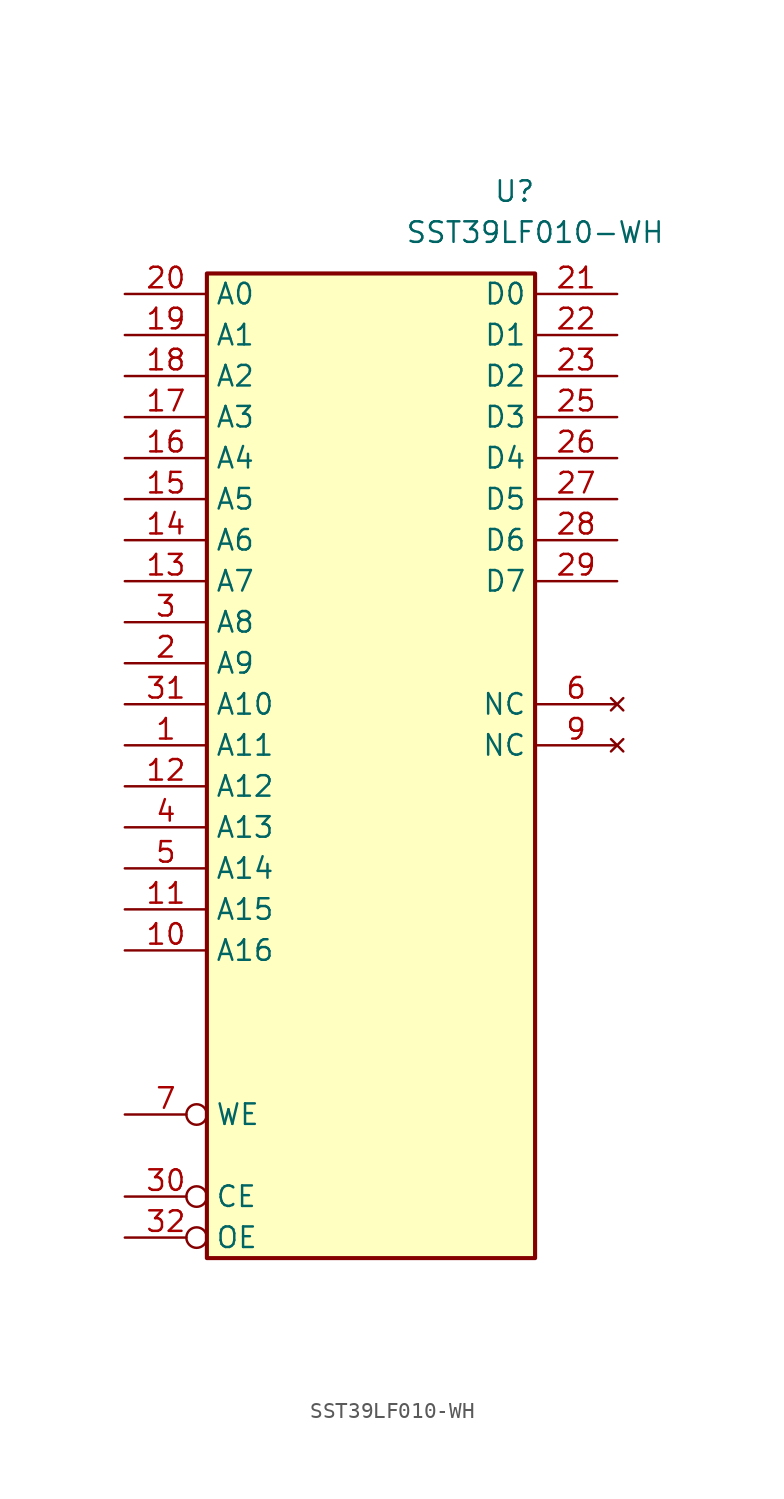
<source format=kicad_sym>
(kicad_symbol_lib
  (version 20211014)
  (generator kicad_symbol_editor)
  (symbol "SST39LF010-WH"
    (property "Reference" "U"
      (at 8.89 31.75 0)
      (effects (font (size 1.27 1.27))))
    (property "Value" "SST39LF010-WH"
      (at 10.16 29.21 0)
      (effects (font (size 1.27 1.27))))
    (symbol "SST39LF010-WH_0_0"
      (pin power_in line (at 0 -35.56 90) (length 1.27) hide (name "GND" (effects (font (size 1.27 1.27)))) (number "24" (effects (font (size 1.27 1.27)))))
      (pin power_in line (at 0 27.94 270) (length 1.27) hide (name "VCC" (effects (font (size 1.27 1.27)))) (number "8" (effects (font (size 1.27 1.27))))))
    (symbol "SST39LF010-WH_0_1"
      (rectangle (start -10.16 26.67) (end 10.16 -34.29) (stroke (width 0.254) (type default) (color 0 0 0 0)) (fill (type background))))
    (symbol "SST39LF010-WH_1_1"
      (pin input line (at -15.24 -2.54 0) (length 5.08) (name "A11" (effects (font (size 1.27 1.27)))) (number "1" (effects (font (size 1.27 1.27)))))
      (pin input line (at -15.24 -15.24 0) (length 5.08) (name "A16" (effects (font (size 1.27 1.27)))) (number "10" (effects (font (size 1.27 1.27)))))
      (pin input line (at -15.24 -12.7 0) (length 5.08) (name "A15" (effects (font (size 1.27 1.27)))) (number "11" (effects (font (size 1.27 1.27)))))
      (pin input line (at -15.24 -5.08 0) (length 5.08) (name "A12" (effects (font (size 1.27 1.27)))) (number "12" (effects (font (size 1.27 1.27)))))
      (pin input line (at -15.24 7.62 0) (length 5.08) (name "A7" (effects (font (size 1.27 1.27)))) (number "13" (effects (font (size 1.27 1.27)))))
      (pin input line (at -15.24 10.16 0) (length 5.08) (name "A6" (effects (font (size 1.27 1.27)))) (number "14" (effects (font (size 1.27 1.27)))))
      (pin input line (at -15.24 12.7 0) (length 5.08) (name "A5" (effects (font (size 1.27 1.27)))) (number "15" (effects (font (size 1.27 1.27)))))
      (pin input line (at -15.24 15.24 0) (length 5.08) (name "A4" (effects (font (size 1.27 1.27)))) (number "16" (effects (font (size 1.27 1.27)))))
      (pin input line (at -15.24 17.78 0) (length 5.08) (name "A3" (effects (font (size 1.27 1.27)))) (number "17" (effects (font (size 1.27 1.27)))))
      (pin input line (at -15.24 20.32 0) (length 5.08) (name "A2" (effects (font (size 1.27 1.27)))) (number "18" (effects (font (size 1.27 1.27)))))
      (pin input line (at -15.24 22.86 0) (length 5.08) (name "A1" (effects (font (size 1.27 1.27)))) (number "19" (effects (font (size 1.27 1.27)))))
      (pin input line (at -15.24 2.54 0) (length 5.08) (name "A9" (effects (font (size 1.27 1.27)))) (number "2" (effects (font (size 1.27 1.27)))))
      (pin input line (at -15.24 25.4 0) (length 5.08) (name "A0" (effects (font (size 1.27 1.27)))) (number "20" (effects (font (size 1.27 1.27)))))
      (pin tri_state line (at 15.24 25.4 180) (length 5.08) (name "D0" (effects (font (size 1.27 1.27)))) (number "21" (effects (font (size 1.27 1.27)))))
      (pin tri_state line (at 15.24 22.86 180) (length 5.08) (name "D1" (effects (font (size 1.27 1.27)))) (number "22" (effects (font (size 1.27 1.27)))))
      (pin tri_state line (at 15.24 20.32 180) (length 5.08) (name "D2" (effects (font (size 1.27 1.27)))) (number "23" (effects (font (size 1.27 1.27)))))
      (pin tri_state line (at 15.24 17.78 180) (length 5.08) (name "D3" (effects (font (size 1.27 1.27)))) (number "25" (effects (font (size 1.27 1.27)))))
      (pin tri_state line (at 15.24 15.24 180) (length 5.08) (name "D4" (effects (font (size 1.27 1.27)))) (number "26" (effects (font (size 1.27 1.27)))))
      (pin tri_state line (at 15.24 12.7 180) (length 5.08) (name "D5" (effects (font (size 1.27 1.27)))) (number "27" (effects (font (size 1.27 1.27)))))
      (pin tri_state line (at 15.24 10.16 180) (length 5.08) (name "D6" (effects (font (size 1.27 1.27)))) (number "28" (effects (font (size 1.27 1.27)))))
      (pin tri_state line (at 15.24 7.62 180) (length 5.08) (name "D7" (effects (font (size 1.27 1.27)))) (number "29" (effects (font (size 1.27 1.27)))))
      (pin input line (at -15.24 5.08 0) (length 5.08) (name "A8" (effects (font (size 1.27 1.27)))) (number "3" (effects (font (size 1.27 1.27)))))
      (pin input inverted (at -15.24 -30.48 0) (length 5.08) (name "CE" (effects (font (size 1.27 1.27)))) (number "30" (effects (font (size 1.27 1.27)))))
      (pin input line (at -15.24 0 0) (length 5.08) (name "A10" (effects (font (size 1.27 1.27)))) (number "31" (effects (font (size 1.27 1.27)))))
      (pin input inverted (at -15.24 -33.02 0) (length 5.08) (name "OE" (effects (font (size 1.27 1.27)))) (number "32" (effects (font (size 1.27 1.27)))))
      (pin input line (at -15.24 -7.62 0) (length 5.08) (name "A13" (effects (font (size 1.27 1.27)))) (number "4" (effects (font (size 1.27 1.27)))))
      (pin input line (at -15.24 -10.16 0) (length 5.08) (name "A14" (effects (font (size 1.27 1.27)))) (number "5" (effects (font (size 1.27 1.27)))))
      (pin no_connect line (at 15.24 0 180) (length 5.08) (name "NC" (effects (font (size 1.27 1.27)))) (number "6" (effects (font (size 1.27 1.27)))))
      (pin input inverted (at -15.24 -25.4 0) (length 5.08) (name "WE" (effects (font (size 1.27 1.27)))) (number "7" (effects (font (size 1.27 1.27)))))
      (pin no_connect line (at 15.24 -2.54 180) (length 5.08) (name "NC" (effects (font (size 1.27 1.27)))) (number "9" (effects (font (size 1.27 1.27))))))))
</source>
